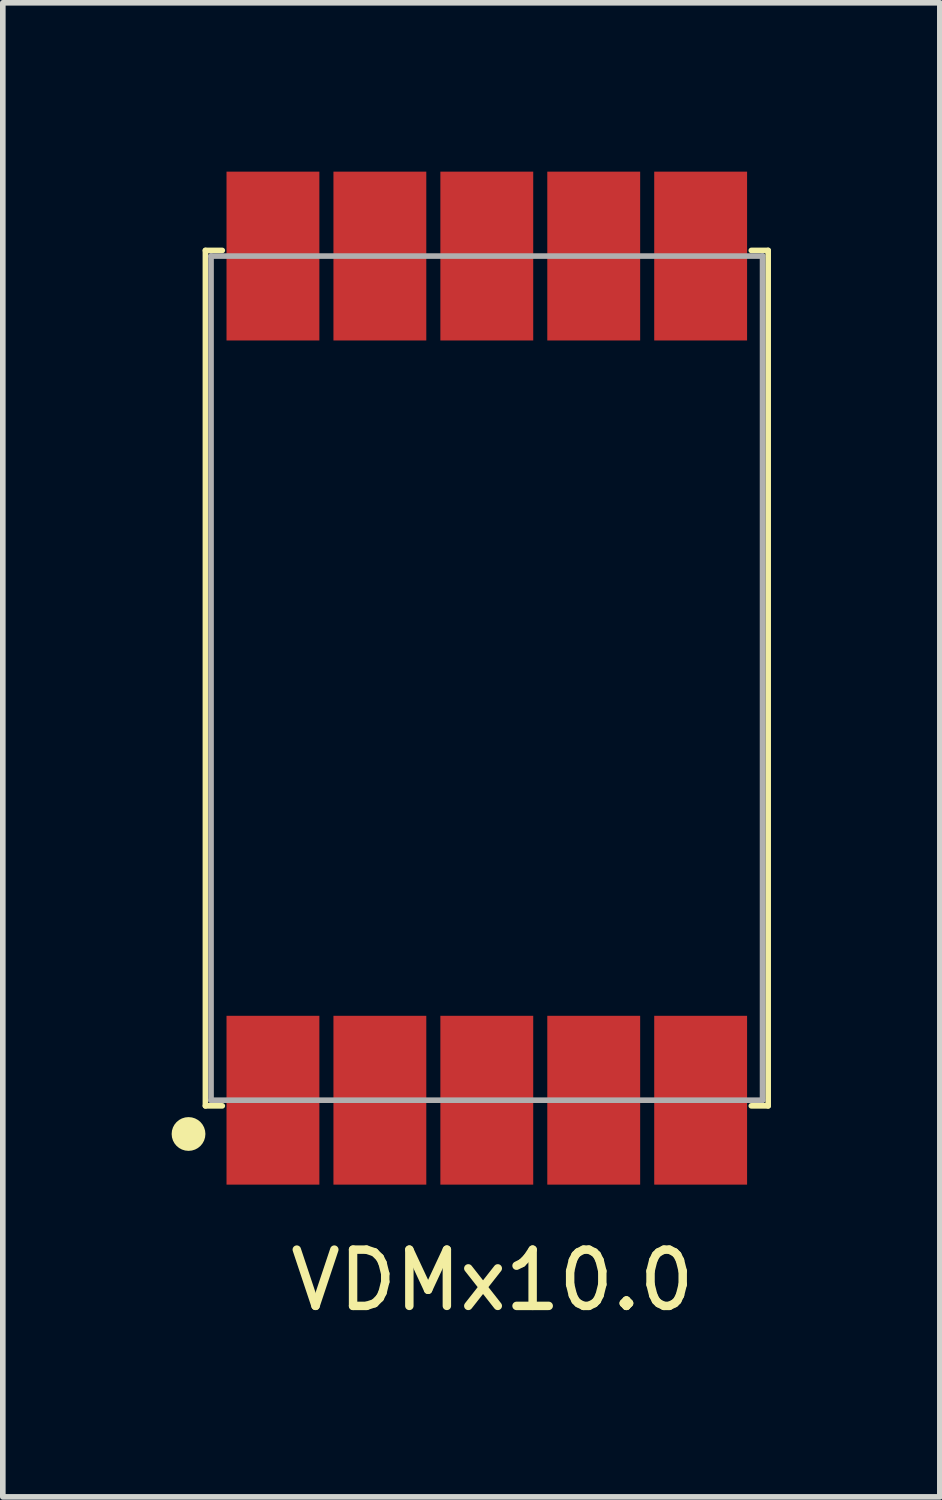
<source format=kicad_pcb>
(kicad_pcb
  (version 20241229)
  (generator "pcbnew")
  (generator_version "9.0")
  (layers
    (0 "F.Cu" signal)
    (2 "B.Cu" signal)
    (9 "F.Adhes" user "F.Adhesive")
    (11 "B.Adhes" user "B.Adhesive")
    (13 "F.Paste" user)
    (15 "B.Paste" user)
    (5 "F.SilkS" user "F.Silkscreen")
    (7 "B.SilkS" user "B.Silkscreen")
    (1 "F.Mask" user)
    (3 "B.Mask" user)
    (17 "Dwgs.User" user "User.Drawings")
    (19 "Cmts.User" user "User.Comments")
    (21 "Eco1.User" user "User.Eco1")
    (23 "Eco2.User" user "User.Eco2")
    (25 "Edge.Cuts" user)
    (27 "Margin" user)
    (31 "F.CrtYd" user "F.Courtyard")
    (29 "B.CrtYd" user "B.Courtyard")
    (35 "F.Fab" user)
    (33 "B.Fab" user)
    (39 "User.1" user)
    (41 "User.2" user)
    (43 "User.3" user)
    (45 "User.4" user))
  (footprint "VDMx10.0"
    (layer "F.Cu")
    (at 5.6 9)
    (property "Reference" "VDMx10.0" (at 0.1 10.7 0) (layer "F.SilkS") (effects (font (size 1 1) (thickness 0.15))))
    (attr through_hole)
    (fp_line (start -5 -7.6) (end -4.7 -7.6) (stroke (width 0.1) (type solid)) (layer "F.SilkS"))
    (fp_line (start -5 7.6) (end -5 -7.6) (stroke (width 0.1) (type solid)) (layer "F.SilkS"))
    (fp_line (start -4.7 7.6) (end -5 7.6) (stroke (width 0.1) (type solid)) (layer "F.SilkS"))
    (fp_line (start 4.7 -7.6) (end 5 -7.6) (stroke (width 0.1) (type solid)) (layer "F.SilkS"))
    (fp_line (start 5 -7.6) (end 5 7.6) (stroke (width 0.1) (type solid)) (layer "F.SilkS"))
    (fp_line (start 5 7.6) (end 4.7 7.6) (stroke (width 0.1) (type solid)) (layer "F.SilkS"))
    (fp_circle (center -5.3 8.1) (end -5.15 8.1) (stroke (width 0.3) (type solid)) (fill no) (layer "F.SilkS"))
    (fp_line (start -4.9 -7.5) (end 4.9 -7.5) (stroke (width 0.1) (type solid)) (layer "F.Fab"))
    (fp_line (start -4.9 7.5) (end -4.9 -7.5) (stroke (width 0.1) (type solid)) (layer "F.Fab"))
    (fp_line (start 4.9 -7.5) (end 4.9 7.5) (stroke (width 0.1) (type solid)) (layer "F.Fab"))
    (fp_line (start 4.9 7.5) (end -4.9 7.5) (stroke (width 0.1) (type solid)) (layer "F.Fab"))
    (pad "1" smd rect (at -3.8 7.5) (size 1.65 3) (layers "F.Cu" "F.Mask" "F.Paste"))
    (pad "2" smd rect (at -1.9 7.5) (size 1.65 3) (layers "F.Cu" "F.Mask" "F.Paste"))
    (pad "3" smd rect (at 0 7.5) (size 1.65 3) (layers "F.Cu" "F.Mask" "F.Paste"))
    (pad "4" smd rect (at 1.9 7.5) (size 1.65 3) (layers "F.Cu" "F.Mask" "F.Paste"))
    (pad "5" smd rect (at 3.8 7.5) (size 1.65 3) (layers "F.Cu" "F.Mask" "F.Paste"))
    (pad "6" smd rect (at 3.8 -7.5) (size 1.65 3) (layers "F.Cu" "F.Mask" "F.Paste"))
    (pad "7" smd rect (at 1.9 -7.5) (size 1.65 3) (layers "F.Cu" "F.Mask" "F.Paste"))
    (pad "8" smd rect (at 0 -7.5) (size 1.65 3) (layers "F.Cu" "F.Mask" "F.Paste"))
    (pad "9" smd rect (at -1.9 -7.5) (size 1.65 3) (layers "F.Cu" "F.Mask" "F.Paste"))
    (pad "10" smd rect (at -3.8 -7.5) (size 1.65 3) (layers "F.Cu" "F.Mask" "F.Paste")))
  (gr_rect
    (start -3 -3)
    (end 13.65 23.548)
    (stroke (width 0.1) (type default))
    (fill no)
    (layer "Edge.Cuts")))
</source>
